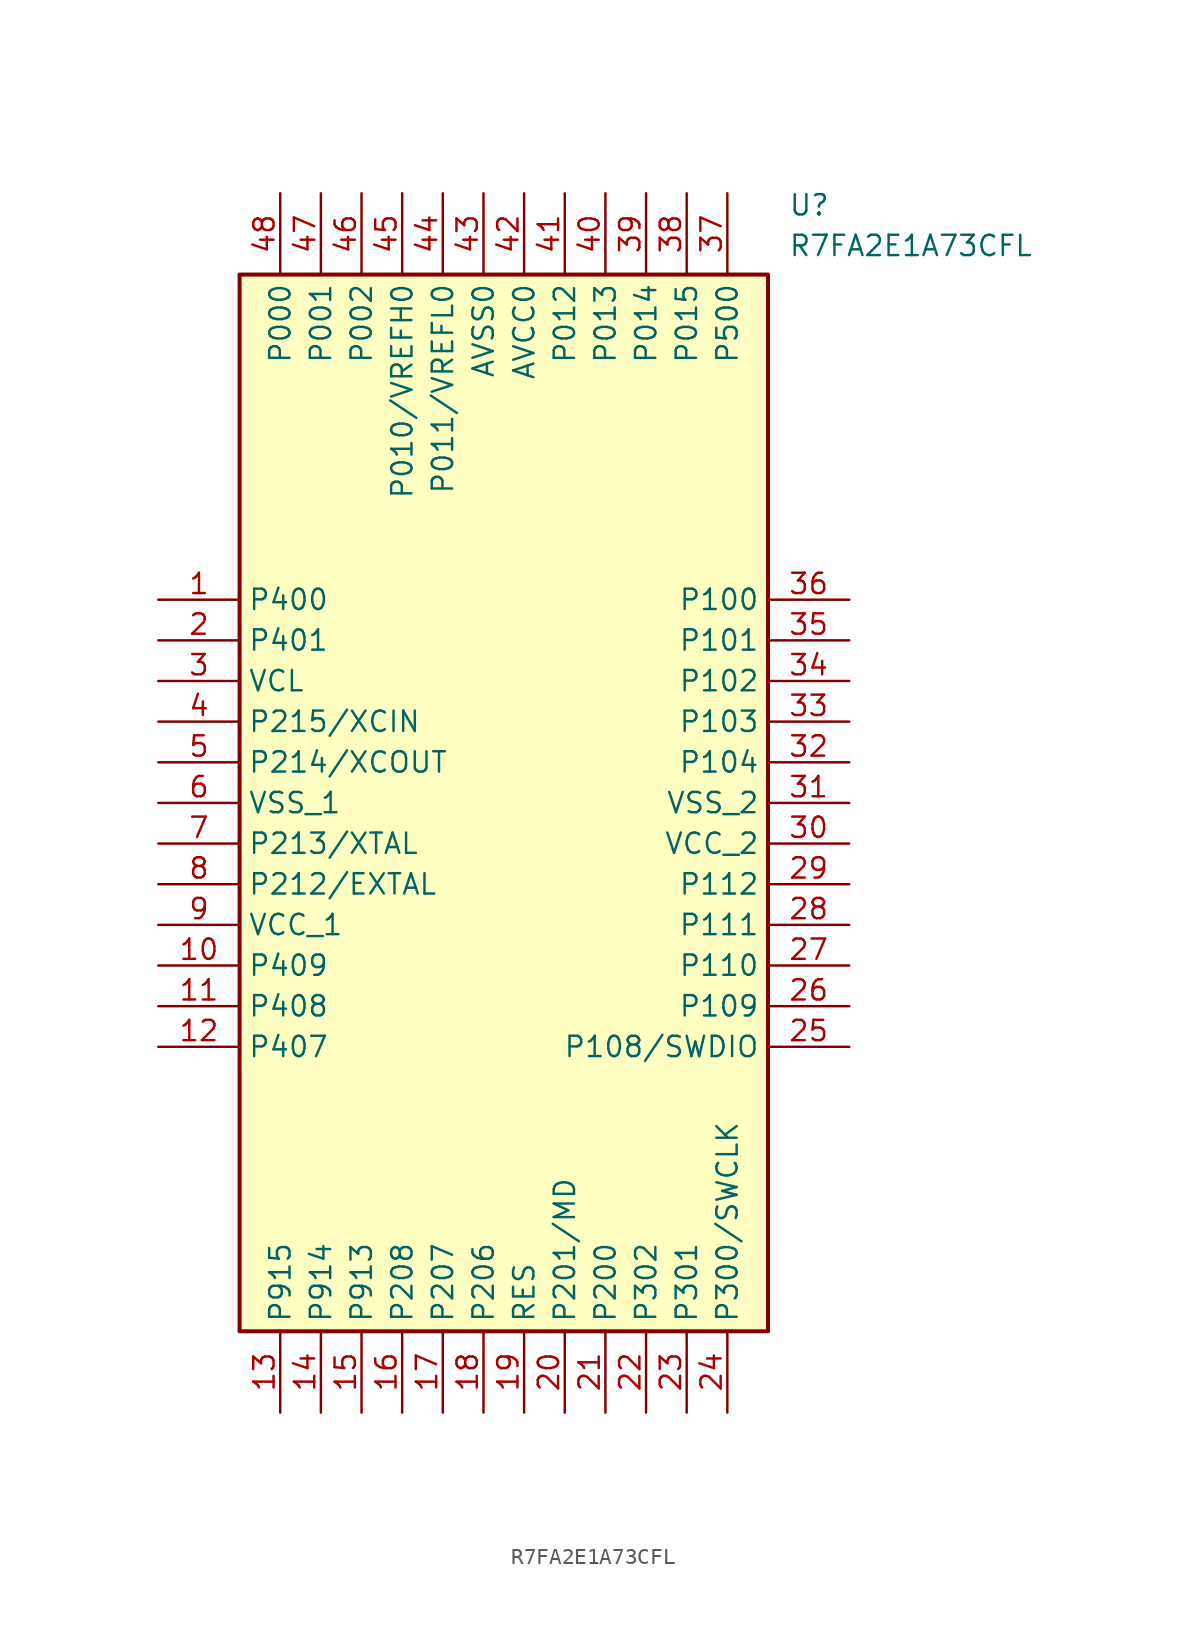
<source format=kicad_sym>
(kicad_symbol_lib
  (version 20220914)
  (generator kicad_symbol_editor)
  (symbol "R7FA2E1A73CFL"
    (property "Reference" "U"
      (at 39.37 25.4 0)
      (effects (font (size 1.27 1.27)) (justify left top)))
    (property "Value" "R7FA2E1A73CFL"
      (at 39.37 22.86 0)
      (effects (font (size 1.27 1.27)) (justify left top)))
    (symbol "R7FA2E1A73CFL_1_1"
      (rectangle (start 5.08 20.32) (end 38.1 -45.72) (stroke (width 0.254) (type default)) (fill (type background)))
      (pin passive line (at 0 0 0) (length 5.08) (name "P400" (effects (font (size 1.27 1.27)))) (number "1" (effects (font (size 1.27 1.27)))))
      (pin passive line (at 0 -22.86 0) (length 5.08) (name "P409" (effects (font (size 1.27 1.27)))) (number "10" (effects (font (size 1.27 1.27)))))
      (pin passive line (at 0 -25.4 0) (length 5.08) (name "P408" (effects (font (size 1.27 1.27)))) (number "11" (effects (font (size 1.27 1.27)))))
      (pin passive line (at 0 -27.94 0) (length 5.08) (name "P407" (effects (font (size 1.27 1.27)))) (number "12" (effects (font (size 1.27 1.27)))))
      (pin passive line (at 7.62 -50.8 90) (length 5.08) (name "P915" (effects (font (size 1.27 1.27)))) (number "13" (effects (font (size 1.27 1.27)))))
      (pin passive line (at 10.16 -50.8 90) (length 5.08) (name "P914" (effects (font (size 1.27 1.27)))) (number "14" (effects (font (size 1.27 1.27)))))
      (pin passive line (at 12.7 -50.8 90) (length 5.08) (name "P913" (effects (font (size 1.27 1.27)))) (number "15" (effects (font (size 1.27 1.27)))))
      (pin passive line (at 15.24 -50.8 90) (length 5.08) (name "P208" (effects (font (size 1.27 1.27)))) (number "16" (effects (font (size 1.27 1.27)))))
      (pin passive line (at 17.78 -50.8 90) (length 5.08) (name "P207" (effects (font (size 1.27 1.27)))) (number "17" (effects (font (size 1.27 1.27)))))
      (pin passive line (at 20.32 -50.8 90) (length 5.08) (name "P206" (effects (font (size 1.27 1.27)))) (number "18" (effects (font (size 1.27 1.27)))))
      (pin passive line (at 22.86 -50.8 90) (length 5.08) (name "RES" (effects (font (size 1.27 1.27)))) (number "19" (effects (font (size 1.27 1.27)))))
      (pin passive line (at 0 -2.54 0) (length 5.08) (name "P401" (effects (font (size 1.27 1.27)))) (number "2" (effects (font (size 1.27 1.27)))))
      (pin passive line (at 25.4 -50.8 90) (length 5.08) (name "P201/MD" (effects (font (size 1.27 1.27)))) (number "20" (effects (font (size 1.27 1.27)))))
      (pin passive line (at 27.94 -50.8 90) (length 5.08) (name "P200" (effects (font (size 1.27 1.27)))) (number "21" (effects (font (size 1.27 1.27)))))
      (pin passive line (at 30.48 -50.8 90) (length 5.08) (name "P302" (effects (font (size 1.27 1.27)))) (number "22" (effects (font (size 1.27 1.27)))))
      (pin passive line (at 33.02 -50.8 90) (length 5.08) (name "P301" (effects (font (size 1.27 1.27)))) (number "23" (effects (font (size 1.27 1.27)))))
      (pin passive line (at 35.56 -50.8 90) (length 5.08) (name "P300/SWCLK" (effects (font (size 1.27 1.27)))) (number "24" (effects (font (size 1.27 1.27)))))
      (pin passive line (at 43.18 -27.94 180) (length 5.08) (name "P108/SWDIO" (effects (font (size 1.27 1.27)))) (number "25" (effects (font (size 1.27 1.27)))))
      (pin passive line (at 43.18 -25.4 180) (length 5.08) (name "P109" (effects (font (size 1.27 1.27)))) (number "26" (effects (font (size 1.27 1.27)))))
      (pin passive line (at 43.18 -22.86 180) (length 5.08) (name "P110" (effects (font (size 1.27 1.27)))) (number "27" (effects (font (size 1.27 1.27)))))
      (pin passive line (at 43.18 -20.32 180) (length 5.08) (name "P111" (effects (font (size 1.27 1.27)))) (number "28" (effects (font (size 1.27 1.27)))))
      (pin passive line (at 43.18 -17.78 180) (length 5.08) (name "P112" (effects (font (size 1.27 1.27)))) (number "29" (effects (font (size 1.27 1.27)))))
      (pin passive line (at 0 -5.08 0) (length 5.08) (name "VCL" (effects (font (size 1.27 1.27)))) (number "3" (effects (font (size 1.27 1.27)))))
      (pin passive line (at 43.18 -15.24 180) (length 5.08) (name "VCC_2" (effects (font (size 1.27 1.27)))) (number "30" (effects (font (size 1.27 1.27)))))
      (pin passive line (at 43.18 -12.7 180) (length 5.08) (name "VSS_2" (effects (font (size 1.27 1.27)))) (number "31" (effects (font (size 1.27 1.27)))))
      (pin passive line (at 43.18 -10.16 180) (length 5.08) (name "P104" (effects (font (size 1.27 1.27)))) (number "32" (effects (font (size 1.27 1.27)))))
      (pin passive line (at 43.18 -7.62 180) (length 5.08) (name "P103" (effects (font (size 1.27 1.27)))) (number "33" (effects (font (size 1.27 1.27)))))
      (pin passive line (at 43.18 -5.08 180) (length 5.08) (name "P102" (effects (font (size 1.27 1.27)))) (number "34" (effects (font (size 1.27 1.27)))))
      (pin passive line (at 43.18 -2.54 180) (length 5.08) (name "P101" (effects (font (size 1.27 1.27)))) (number "35" (effects (font (size 1.27 1.27)))))
      (pin passive line (at 43.18 0 180) (length 5.08) (name "P100" (effects (font (size 1.27 1.27)))) (number "36" (effects (font (size 1.27 1.27)))))
      (pin passive line (at 35.56 25.4 270) (length 5.08) (name "P500" (effects (font (size 1.27 1.27)))) (number "37" (effects (font (size 1.27 1.27)))))
      (pin passive line (at 33.02 25.4 270) (length 5.08) (name "P015" (effects (font (size 1.27 1.27)))) (number "38" (effects (font (size 1.27 1.27)))))
      (pin passive line (at 30.48 25.4 270) (length 5.08) (name "P014" (effects (font (size 1.27 1.27)))) (number "39" (effects (font (size 1.27 1.27)))))
      (pin passive line (at 0 -7.62 0) (length 5.08) (name "P215/XCIN" (effects (font (size 1.27 1.27)))) (number "4" (effects (font (size 1.27 1.27)))))
      (pin passive line (at 27.94 25.4 270) (length 5.08) (name "P013" (effects (font (size 1.27 1.27)))) (number "40" (effects (font (size 1.27 1.27)))))
      (pin passive line (at 25.4 25.4 270) (length 5.08) (name "P012" (effects (font (size 1.27 1.27)))) (number "41" (effects (font (size 1.27 1.27)))))
      (pin passive line (at 22.86 25.4 270) (length 5.08) (name "AVCC0" (effects (font (size 1.27 1.27)))) (number "42" (effects (font (size 1.27 1.27)))))
      (pin passive line (at 20.32 25.4 270) (length 5.08) (name "AVSS0" (effects (font (size 1.27 1.27)))) (number "43" (effects (font (size 1.27 1.27)))))
      (pin passive line (at 17.78 25.4 270) (length 5.08) (name "P011/VREFL0" (effects (font (size 1.27 1.27)))) (number "44" (effects (font (size 1.27 1.27)))))
      (pin passive line (at 15.24 25.4 270) (length 5.08) (name "P010/VREFH0" (effects (font (size 1.27 1.27)))) (number "45" (effects (font (size 1.27 1.27)))))
      (pin passive line (at 12.7 25.4 270) (length 5.08) (name "P002" (effects (font (size 1.27 1.27)))) (number "46" (effects (font (size 1.27 1.27)))))
      (pin passive line (at 10.16 25.4 270) (length 5.08) (name "P001" (effects (font (size 1.27 1.27)))) (number "47" (effects (font (size 1.27 1.27)))))
      (pin passive line (at 7.62 25.4 270) (length 5.08) (name "P000" (effects (font (size 1.27 1.27)))) (number "48" (effects (font (size 1.27 1.27)))))
      (pin passive line (at 0 -10.16 0) (length 5.08) (name "P214/XCOUT" (effects (font (size 1.27 1.27)))) (number "5" (effects (font (size 1.27 1.27)))))
      (pin passive line (at 0 -12.7 0) (length 5.08) (name "VSS_1" (effects (font (size 1.27 1.27)))) (number "6" (effects (font (size 1.27 1.27)))))
      (pin passive line (at 0 -15.24 0) (length 5.08) (name "P213/XTAL" (effects (font (size 1.27 1.27)))) (number "7" (effects (font (size 1.27 1.27)))))
      (pin passive line (at 0 -17.78 0) (length 5.08) (name "P212/EXTAL" (effects (font (size 1.27 1.27)))) (number "8" (effects (font (size 1.27 1.27)))))
      (pin passive line (at 0 -20.32 0) (length 5.08) (name "VCC_1" (effects (font (size 1.27 1.27)))) (number "9" (effects (font (size 1.27 1.27))))))))
</source>
